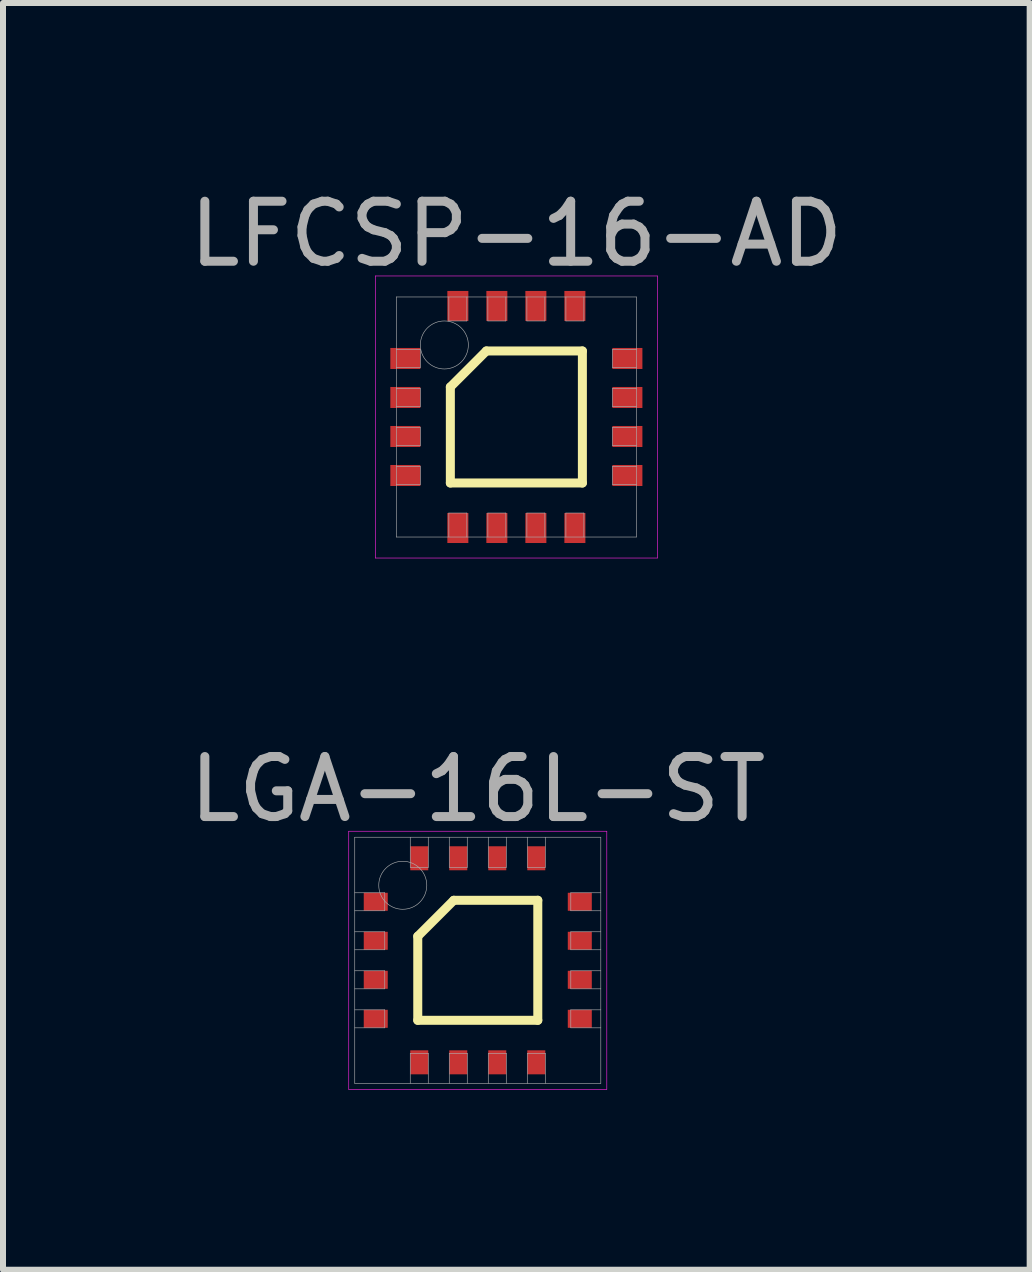
<source format=kicad_pcb>
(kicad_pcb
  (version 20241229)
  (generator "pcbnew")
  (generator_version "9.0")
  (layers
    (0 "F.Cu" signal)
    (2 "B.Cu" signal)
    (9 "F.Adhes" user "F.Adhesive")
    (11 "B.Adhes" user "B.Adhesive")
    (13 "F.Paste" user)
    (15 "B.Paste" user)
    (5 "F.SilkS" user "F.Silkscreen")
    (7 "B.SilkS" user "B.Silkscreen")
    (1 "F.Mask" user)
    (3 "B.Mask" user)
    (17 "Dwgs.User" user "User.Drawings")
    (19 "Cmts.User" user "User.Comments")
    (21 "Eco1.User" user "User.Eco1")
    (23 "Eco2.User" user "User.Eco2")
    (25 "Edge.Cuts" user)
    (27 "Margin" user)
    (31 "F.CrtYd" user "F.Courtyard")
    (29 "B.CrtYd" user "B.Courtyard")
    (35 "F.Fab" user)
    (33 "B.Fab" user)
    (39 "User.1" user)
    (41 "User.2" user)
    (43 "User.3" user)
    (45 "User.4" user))
  (footprint "LGA-16L-ST"
    (layer "F.Cu")
    (at 4.911 12.951)
    (property "Reference" "LGA-16L-ST" (at 0 -2.85 0) (layer "F.Fab") (effects (font (size 1 1) (thickness 0.15))))
    (attr smd)
    (fp_line (start -1 -0.4) (end -0.4 -1) (stroke (width 0.15) (type solid)) (layer "F.SilkS"))
    (fp_line (start -1 1) (end -1 -0.4) (stroke (width 0.15) (type solid)) (layer "F.SilkS"))
    (fp_line (start -0.4 -1) (end 1 -1) (stroke (width 0.15) (type solid)) (layer "F.SilkS"))
    (fp_line (start 1 -1) (end 1 1) (stroke (width 0.15) (type solid)) (layer "F.SilkS"))
    (fp_line (start 1 1) (end -1 1) (stroke (width 0.15) (type solid)) (layer "F.SilkS"))
    (fp_line (start -2.15 -2.15) (end 2.15 -2.15) (stroke (width 0.01) (type solid)) (layer "F.CrtYd"))
    (fp_line (start -2.15 2.15) (end -2.15 -2.15) (stroke (width 0.01) (type solid)) (layer "F.CrtYd"))
    (fp_line (start 2.15 -2.15) (end 2.15 2.15) (stroke (width 0.01) (type solid)) (layer "F.CrtYd"))
    (fp_line (start 2.15 2.15) (end -2.15 2.15) (stroke (width 0.01) (type solid)) (layer "F.CrtYd"))
    (fp_line (start -2.05 -2.05) (end 2.05 -2.05) (stroke (width 0.01) (type solid)) (layer "F.Fab"))
    (fp_line (start -2.05 -0.825) (end -1.55 -0.825) (stroke (width 0.01) (type solid)) (layer "F.Fab"))
    (fp_line (start -2.05 -0.175) (end -1.55 -0.175) (stroke (width 0.01) (type solid)) (layer "F.Fab"))
    (fp_line (start -2.05 0.475) (end -1.55 0.475) (stroke (width 0.01) (type solid)) (layer "F.Fab"))
    (fp_line (start -2.05 1.125) (end -1.55 1.125) (stroke (width 0.01) (type solid)) (layer "F.Fab"))
    (fp_line (start -2.05 2.05) (end -2.05 -2.05) (stroke (width 0.01) (type solid)) (layer "F.Fab"))
    (fp_line (start -1.55 -1.125) (end -2.05 -1.125) (stroke (width 0.01) (type solid)) (layer "F.Fab"))
    (fp_line (start -1.55 -0.825) (end -1.55 -1.125) (stroke (width 0.01) (type solid)) (layer "F.Fab"))
    (fp_line (start -1.55 -0.475) (end -2.05 -0.475) (stroke (width 0.01) (type solid)) (layer "F.Fab"))
    (fp_line (start -1.55 -0.175) (end -1.55 -0.475) (stroke (width 0.01) (type solid)) (layer "F.Fab"))
    (fp_line (start -1.55 0.175) (end -2.05 0.175) (stroke (width 0.01) (type solid)) (layer "F.Fab"))
    (fp_line (start -1.55 0.475) (end -1.55 0.175) (stroke (width 0.01) (type solid)) (layer "F.Fab"))
    (fp_line (start -1.55 0.825) (end -2.05 0.825) (stroke (width 0.01) (type solid)) (layer "F.Fab"))
    (fp_line (start -1.55 1.125) (end -1.55 0.825) (stroke (width 0.01) (type solid)) (layer "F.Fab"))
    (fp_line (start -1.125 -2.05) (end -1.125 -1.55) (stroke (width 0.01) (type solid)) (layer "F.Fab"))
    (fp_line (start -1.125 -1.55) (end -0.825 -1.55) (stroke (width 0.01) (type solid)) (layer "F.Fab"))
    (fp_line (start -1.125 1.55) (end -1.125 2.05) (stroke (width 0.01) (type solid)) (layer "F.Fab"))
    (fp_line (start -0.825 -1.55) (end -0.825 -2.05) (stroke (width 0.01) (type solid)) (layer "F.Fab"))
    (fp_line (start -0.825 1.55) (end -1.125 1.55) (stroke (width 0.01) (type solid)) (layer "F.Fab"))
    (fp_line (start -0.825 2.05) (end -0.825 1.55) (stroke (width 0.01) (type solid)) (layer "F.Fab"))
    (fp_line (start -0.475 -2.05) (end -0.475 -1.55) (stroke (width 0.01) (type solid)) (layer "F.Fab"))
    (fp_line (start -0.475 -1.55) (end -0.175 -1.55) (stroke (width 0.01) (type solid)) (layer "F.Fab"))
    (fp_line (start -0.475 1.55) (end -0.475 2.05) (stroke (width 0.01) (type solid)) (layer "F.Fab"))
    (fp_line (start -0.175 -1.55) (end -0.175 -2.05) (stroke (width 0.01) (type solid)) (layer "F.Fab"))
    (fp_line (start -0.175 1.55) (end -0.475 1.55) (stroke (width 0.01) (type solid)) (layer "F.Fab"))
    (fp_line (start -0.175 2.05) (end -0.175 1.55) (stroke (width 0.01) (type solid)) (layer "F.Fab"))
    (fp_line (start 0.175 -2.05) (end 0.175 -1.55) (stroke (width 0.01) (type solid)) (layer "F.Fab"))
    (fp_line (start 0.175 -1.55) (end 0.475 -1.55) (stroke (width 0.01) (type solid)) (layer "F.Fab"))
    (fp_line (start 0.175 1.55) (end 0.175 2.05) (stroke (width 0.01) (type solid)) (layer "F.Fab"))
    (fp_line (start 0.475 -1.55) (end 0.475 -2.05) (stroke (width 0.01) (type solid)) (layer "F.Fab"))
    (fp_line (start 0.475 1.55) (end 0.175 1.55) (stroke (width 0.01) (type solid)) (layer "F.Fab"))
    (fp_line (start 0.475 2.05) (end 0.475 1.55) (stroke (width 0.01) (type solid)) (layer "F.Fab"))
    (fp_line (start 0.825 -2.05) (end 0.825 -1.55) (stroke (width 0.01) (type solid)) (layer "F.Fab"))
    (fp_line (start 0.825 -1.55) (end 1.125 -1.55) (stroke (width 0.01) (type solid)) (layer "F.Fab"))
    (fp_line (start 0.825 1.55) (end 0.825 2.05) (stroke (width 0.01) (type solid)) (layer "F.Fab"))
    (fp_line (start 1.125 -1.55) (end 1.125 -2.05) (stroke (width 0.01) (type solid)) (layer "F.Fab"))
    (fp_line (start 1.125 1.55) (end 0.825 1.55) (stroke (width 0.01) (type solid)) (layer "F.Fab"))
    (fp_line (start 1.125 2.05) (end 1.125 1.55) (stroke (width 0.01) (type solid)) (layer "F.Fab"))
    (fp_line (start 1.55 -1.125) (end 1.55 -0.825) (stroke (width 0.01) (type solid)) (layer "F.Fab"))
    (fp_line (start 1.55 -0.825) (end 2.05 -0.825) (stroke (width 0.01) (type solid)) (layer "F.Fab"))
    (fp_line (start 1.55 -0.475) (end 1.55 -0.175) (stroke (width 0.01) (type solid)) (layer "F.Fab"))
    (fp_line (start 1.55 -0.175) (end 2.05 -0.175) (stroke (width 0.01) (type solid)) (layer "F.Fab"))
    (fp_line (start 1.55 0.175) (end 1.55 0.475) (stroke (width 0.01) (type solid)) (layer "F.Fab"))
    (fp_line (start 1.55 0.475) (end 2.05 0.475) (stroke (width 0.01) (type solid)) (layer "F.Fab"))
    (fp_line (start 1.55 0.825) (end 1.55 1.125) (stroke (width 0.01) (type solid)) (layer "F.Fab"))
    (fp_line (start 1.55 1.125) (end 2.05 1.125) (stroke (width 0.01) (type solid)) (layer "F.Fab"))
    (fp_line (start 2.05 -2.05) (end 2.05 2.05) (stroke (width 0.01) (type solid)) (layer "F.Fab"))
    (fp_line (start 2.05 -1.125) (end 1.55 -1.125) (stroke (width 0.01) (type solid)) (layer "F.Fab"))
    (fp_line (start 2.05 -0.475) (end 1.55 -0.475) (stroke (width 0.01) (type solid)) (layer "F.Fab"))
    (fp_line (start 2.05 0.175) (end 1.55 0.175) (stroke (width 0.01) (type solid)) (layer "F.Fab"))
    (fp_line (start 2.05 0.825) (end 1.55 0.825) (stroke (width 0.01) (type solid)) (layer "F.Fab"))
    (fp_line (start 2.05 2.05) (end -2.05 2.05) (stroke (width 0.01) (type solid)) (layer "F.Fab"))
    (fp_circle (center -1.25 -1.25) (end -1.25 -0.85) (stroke (width 0.01) (type solid)) (fill no) (layer "F.Fab"))
    (pad "1" smd rect (at -1.7 -0.975) (size 0.4 0.3) (layers "F.Cu" "F.Mask" "F.Paste"))
    (pad "2" smd rect (at -1.7 -0.325) (size 0.4 0.3) (layers "F.Cu" "F.Mask" "F.Paste"))
    (pad "3" smd rect (at -1.7 0.325) (size 0.4 0.3) (layers "F.Cu" "F.Mask" "F.Paste"))
    (pad "4" smd rect (at -1.7 0.975) (size 0.4 0.3) (layers "F.Cu" "F.Mask" "F.Paste"))
    (pad "5" smd rect (at -0.975 1.7) (size 0.3 0.4) (layers "F.Cu" "F.Mask" "F.Paste"))
    (pad "6" smd rect (at -0.325 1.7) (size 0.3 0.4) (layers "F.Cu" "F.Mask" "F.Paste"))
    (pad "7" smd rect (at 0.325 1.7) (size 0.3 0.4) (layers "F.Cu" "F.Mask" "F.Paste"))
    (pad "8" smd rect (at 0.975 1.7) (size 0.3 0.4) (layers "F.Cu" "F.Mask" "F.Paste"))
    (pad "9" smd rect (at 1.7 0.975) (size 0.4 0.3) (layers "F.Cu" "F.Mask" "F.Paste"))
    (pad "10" smd rect (at 1.7 0.325) (size 0.4 0.3) (layers "F.Cu" "F.Mask" "F.Paste"))
    (pad "11" smd rect (at 1.7 -0.325) (size 0.4 0.3) (layers "F.Cu" "F.Mask" "F.Paste"))
    (pad "12" smd rect (at 1.7 -0.975) (size 0.4 0.3) (layers "F.Cu" "F.Mask" "F.Paste"))
    (pad "13" smd rect (at 0.975 -1.7) (size 0.3 0.4) (layers "F.Cu" "F.Mask" "F.Paste"))
    (pad "14" smd rect (at 0.325 -1.7) (size 0.3 0.4) (layers "F.Cu" "F.Mask" "F.Paste"))
    (pad "15" smd rect (at -0.325 -1.7) (size 0.3 0.4) (layers "F.Cu" "F.Mask" "F.Paste"))
    (pad "16" smd rect (at -0.975 -1.7) (size 0.3 0.4) (layers "F.Cu" "F.Mask" "F.Paste")))
  (footprint "LFCSP-16-AD"
    (layer "F.Cu")
    (at 5.554 3.898)
    (property "Reference" "LFCSP-16-AD" (at 0 -3.05 0) (layer "F.Fab") (effects (font (size 1 1) (thickness 0.15))))
    (attr through_hole)
    (fp_line (start -1.1 -0.5) (end -0.5 -1.1) (stroke (width 0.15) (type solid)) (layer "F.SilkS"))
    (fp_line (start -1.1 1.1) (end -1.1 -0.5) (stroke (width 0.15) (type solid)) (layer "F.SilkS"))
    (fp_line (start -0.5 -1.1) (end 1.1 -1.1) (stroke (width 0.15) (type solid)) (layer "F.SilkS"))
    (fp_line (start 1.1 -1.1) (end 1.1 1.1) (stroke (width 0.15) (type solid)) (layer "F.SilkS"))
    (fp_line (start 1.1 1.1) (end -1.1 1.1) (stroke (width 0.15) (type solid)) (layer "F.SilkS"))
    (fp_line (start -2.35 -2.35) (end 2.35 -2.35) (stroke (width 0.01) (type solid)) (layer "F.CrtYd"))
    (fp_line (start -2.35 2.35) (end -2.35 -2.35) (stroke (width 0.01) (type solid)) (layer "F.CrtYd"))
    (fp_line (start 2.35 -2.35) (end 2.35 2.35) (stroke (width 0.01) (type solid)) (layer "F.CrtYd"))
    (fp_line (start 2.35 2.35) (end -2.35 2.35) (stroke (width 0.01) (type solid)) (layer "F.CrtYd"))
    (fp_line (start -2 -2) (end 2 -2) (stroke (width 0.01) (type solid)) (layer "F.Fab"))
    (fp_line (start -2 -0.825) (end -1.6 -0.825) (stroke (width 0.01) (type solid)) (layer "F.Fab"))
    (fp_line (start -2 -0.175) (end -1.6 -0.175) (stroke (width 0.01) (type solid)) (layer "F.Fab"))
    (fp_line (start -2 0.475) (end -1.6 0.475) (stroke (width 0.01) (type solid)) (layer "F.Fab"))
    (fp_line (start -2 1.125) (end -1.6 1.125) (stroke (width 0.01) (type solid)) (layer "F.Fab"))
    (fp_line (start -2 2) (end -2 -2) (stroke (width 0.01) (type solid)) (layer "F.Fab"))
    (fp_line (start -1.6 -1.125) (end -2 -1.125) (stroke (width 0.01) (type solid)) (layer "F.Fab"))
    (fp_line (start -1.6 -0.825) (end -1.6 -1.125) (stroke (width 0.01) (type solid)) (layer "F.Fab"))
    (fp_line (start -1.6 -0.475) (end -2 -0.475) (stroke (width 0.01) (type solid)) (layer "F.Fab"))
    (fp_line (start -1.6 -0.175) (end -1.6 -0.475) (stroke (width 0.01) (type solid)) (layer "F.Fab"))
    (fp_line (start -1.6 0.175) (end -2 0.175) (stroke (width 0.01) (type solid)) (layer "F.Fab"))
    (fp_line (start -1.6 0.475) (end -1.6 0.175) (stroke (width 0.01) (type solid)) (layer "F.Fab"))
    (fp_line (start -1.6 0.825) (end -2 0.825) (stroke (width 0.01) (type solid)) (layer "F.Fab"))
    (fp_line (start -1.6 1.125) (end -1.6 0.825) (stroke (width 0.01) (type solid)) (layer "F.Fab"))
    (fp_line (start -1.125 -2) (end -1.125 -1.6) (stroke (width 0.01) (type solid)) (layer "F.Fab"))
    (fp_line (start -1.125 -1.6) (end -0.825 -1.6) (stroke (width 0.01) (type solid)) (layer "F.Fab"))
    (fp_line (start -1.125 1.6) (end -1.125 2) (stroke (width 0.01) (type solid)) (layer "F.Fab"))
    (fp_line (start -0.825 -1.6) (end -0.825 -2) (stroke (width 0.01) (type solid)) (layer "F.Fab"))
    (fp_line (start -0.825 1.6) (end -1.125 1.6) (stroke (width 0.01) (type solid)) (layer "F.Fab"))
    (fp_line (start -0.825 2) (end -0.825 1.6) (stroke (width 0.01) (type solid)) (layer "F.Fab"))
    (fp_line (start -0.475 -2) (end -0.475 -1.6) (stroke (width 0.01) (type solid)) (layer "F.Fab"))
    (fp_line (start -0.475 -1.6) (end -0.175 -1.6) (stroke (width 0.01) (type solid)) (layer "F.Fab"))
    (fp_line (start -0.475 1.6) (end -0.475 2) (stroke (width 0.01) (type solid)) (layer "F.Fab"))
    (fp_line (start -0.175 -1.6) (end -0.175 -2) (stroke (width 0.01) (type solid)) (layer "F.Fab"))
    (fp_line (start -0.175 1.6) (end -0.475 1.6) (stroke (width 0.01) (type solid)) (layer "F.Fab"))
    (fp_line (start -0.175 2) (end -0.175 1.6) (stroke (width 0.01) (type solid)) (layer "F.Fab"))
    (fp_line (start 0.175 -2) (end 0.175 -1.6) (stroke (width 0.01) (type solid)) (layer "F.Fab"))
    (fp_line (start 0.175 -1.6) (end 0.475 -1.6) (stroke (width 0.01) (type solid)) (layer "F.Fab"))
    (fp_line (start 0.175 1.6) (end 0.175 2) (stroke (width 0.01) (type solid)) (layer "F.Fab"))
    (fp_line (start 0.475 -1.6) (end 0.475 -2) (stroke (width 0.01) (type solid)) (layer "F.Fab"))
    (fp_line (start 0.475 1.6) (end 0.175 1.6) (stroke (width 0.01) (type solid)) (layer "F.Fab"))
    (fp_line (start 0.475 2) (end 0.475 1.6) (stroke (width 0.01) (type solid)) (layer "F.Fab"))
    (fp_line (start 0.825 -2) (end 0.825 -1.6) (stroke (width 0.01) (type solid)) (layer "F.Fab"))
    (fp_line (start 0.825 -1.6) (end 1.125 -1.6) (stroke (width 0.01) (type solid)) (layer "F.Fab"))
    (fp_line (start 0.825 1.6) (end 0.825 2) (stroke (width 0.01) (type solid)) (layer "F.Fab"))
    (fp_line (start 1.125 -1.6) (end 1.125 -2) (stroke (width 0.01) (type solid)) (layer "F.Fab"))
    (fp_line (start 1.125 1.6) (end 0.825 1.6) (stroke (width 0.01) (type solid)) (layer "F.Fab"))
    (fp_line (start 1.125 2) (end 1.125 1.6) (stroke (width 0.01) (type solid)) (layer "F.Fab"))
    (fp_line (start 1.6 -1.125) (end 1.6 -0.825) (stroke (width 0.01) (type solid)) (layer "F.Fab"))
    (fp_line (start 1.6 -0.825) (end 2 -0.825) (stroke (width 0.01) (type solid)) (layer "F.Fab"))
    (fp_line (start 1.6 -0.475) (end 1.6 -0.175) (stroke (width 0.01) (type solid)) (layer "F.Fab"))
    (fp_line (start 1.6 -0.175) (end 2 -0.175) (stroke (width 0.01) (type solid)) (layer "F.Fab"))
    (fp_line (start 1.6 0.175) (end 1.6 0.475) (stroke (width 0.01) (type solid)) (layer "F.Fab"))
    (fp_line (start 1.6 0.475) (end 2 0.475) (stroke (width 0.01) (type solid)) (layer "F.Fab"))
    (fp_line (start 1.6 0.825) (end 1.6 1.125) (stroke (width 0.01) (type solid)) (layer "F.Fab"))
    (fp_line (start 1.6 1.125) (end 2 1.125) (stroke (width 0.01) (type solid)) (layer "F.Fab"))
    (fp_line (start 2 -2) (end 2 2) (stroke (width 0.01) (type solid)) (layer "F.Fab"))
    (fp_line (start 2 -1.125) (end 1.6 -1.125) (stroke (width 0.01) (type solid)) (layer "F.Fab"))
    (fp_line (start 2 -0.475) (end 1.6 -0.475) (stroke (width 0.01) (type solid)) (layer "F.Fab"))
    (fp_line (start 2 0.175) (end 1.6 0.175) (stroke (width 0.01) (type solid)) (layer "F.Fab"))
    (fp_line (start 2 0.825) (end 1.6 0.825) (stroke (width 0.01) (type solid)) (layer "F.Fab"))
    (fp_line (start 2 2) (end -2 2) (stroke (width 0.01) (type solid)) (layer "F.Fab"))
    (fp_circle (center -1.2 -1.2) (end -1.2 -0.8) (stroke (width 0.01) (type solid)) (fill no) (layer "F.Fab"))
    (pad "1" smd rect (at -1.85 -0.975) (size 0.5 0.35) (layers "F.Cu" "F.Mask" "F.Paste"))
    (pad "2" smd rect (at -1.85 -0.325) (size 0.5 0.35) (layers "F.Cu" "F.Mask" "F.Paste"))
    (pad "3" smd rect (at -1.85 0.325) (size 0.5 0.35) (layers "F.Cu" "F.Mask" "F.Paste"))
    (pad "4" smd rect (at -1.85 0.975) (size 0.5 0.35) (layers "F.Cu" "F.Mask" "F.Paste"))
    (pad "5" smd rect (at -0.975 1.85) (size 0.35 0.5) (layers "F.Cu" "F.Mask" "F.Paste"))
    (pad "6" smd rect (at -0.325 1.85) (size 0.35 0.5) (layers "F.Cu" "F.Mask" "F.Paste"))
    (pad "7" smd rect (at 0.325 1.85) (size 0.35 0.5) (layers "F.Cu" "F.Mask" "F.Paste"))
    (pad "8" smd rect (at 0.975 1.85) (size 0.35 0.5) (layers "F.Cu" "F.Mask" "F.Paste"))
    (pad "9" smd rect (at 1.85 0.975) (size 0.5 0.35) (layers "F.Cu" "F.Mask" "F.Paste"))
    (pad "10" smd rect (at 1.85 0.325) (size 0.5 0.35) (layers "F.Cu" "F.Mask" "F.Paste"))
    (pad "11" smd rect (at 1.85 -0.325) (size 0.5 0.35) (layers "F.Cu" "F.Mask" "F.Paste"))
    (pad "12" smd rect (at 1.85 -0.975) (size 0.5 0.35) (layers "F.Cu" "F.Mask" "F.Paste"))
    (pad "13" smd rect (at 0.975 -1.85) (size 0.35 0.5) (layers "F.Cu" "F.Mask" "F.Paste"))
    (pad "14" smd rect (at 0.325 -1.85) (size 0.35 0.5) (layers "F.Cu" "F.Mask" "F.Paste"))
    (pad "15" smd rect (at -0.325 -1.85) (size 0.35 0.5) (layers "F.Cu" "F.Mask" "F.Paste"))
    (pad "16" smd rect (at -0.975 -1.85) (size 0.35 0.5) (layers "F.Cu" "F.Mask" "F.Paste")))
  (gr_rect
    (start -3 -3)
    (end 14.107 18.107)
    (stroke (width 0.1) (type default))
    (fill no)
    (layer "Edge.Cuts")))
</source>
